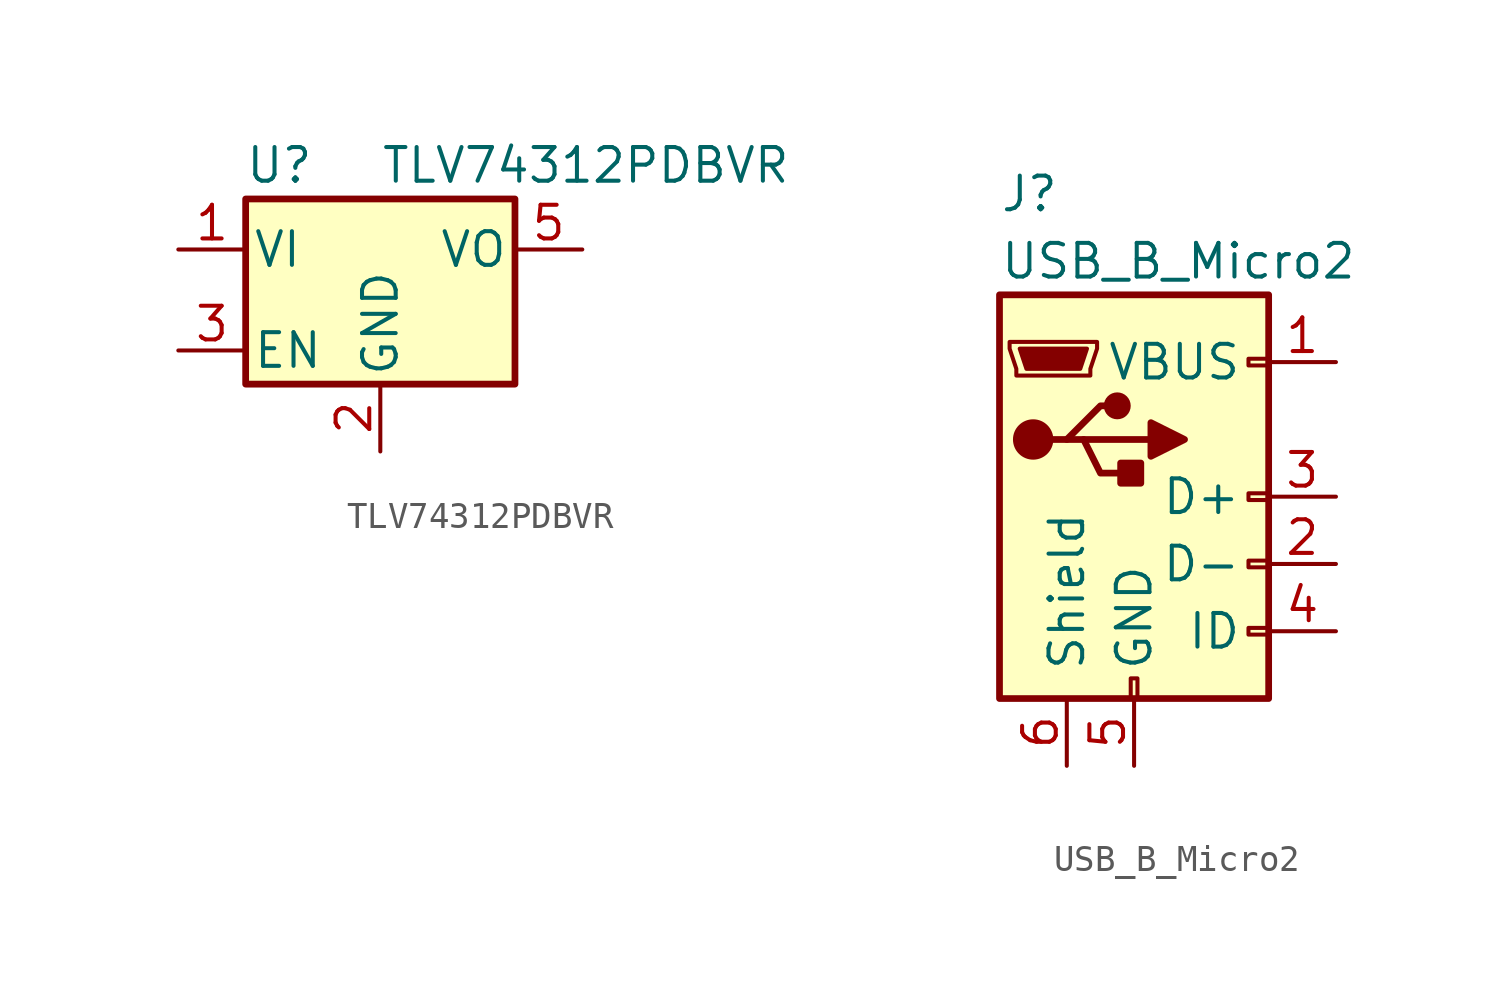
<source format=kicad_sym>
(kicad_symbol_lib
  (version 20220914)
  (generator kicad_symbol_editor)
  (symbol "TLV74312PDBVR"
    (pin_names
      (offset 0.254))
    (property "Reference" "U"
      (at -3.81 3.175 0)
      (effects (font (size 1.27 1.27))))
    (property "Value" "TLV74312PDBVR"
      (at 0 3.175 0)
      (effects (font (size 1.27 1.27)) (justify left)))
    (symbol "TLV74312PDBVR_0_1"
      (rectangle (start -5.08 1.905) (end 5.08 -5.08) (stroke (width 0.254) (type default)) (fill (type background))))
    (symbol "TLV74312PDBVR_1_1"
      (pin power_in line (at -7.62 0 0) (length 2.54) (name "VI" (effects (font (size 1.27 1.27)))) (number "1" (effects (font (size 1.27 1.27)))))
      (pin power_in line (at 0 -7.62 90) (length 2.54) (name "GND" (effects (font (size 1.27 1.27)))) (number "2" (effects (font (size 1.27 1.27)))))
      (pin input line (at -7.62 -3.81 0) (length 2.54) (name "EN" (effects (font (size 1.27 1.27)))) (number "3" (effects (font (size 1.27 1.27)))))
      (pin no_connect line (at 7.62 -3.81 180) (length 2.54) hide (name "NC" (effects (font (size 1.27 1.27)))) (number "4" (effects (font (size 1.27 1.27)))))
      (pin power_out line (at 7.62 0 180) (length 2.54) (name "VO" (effects (font (size 1.27 1.27)))) (number "5" (effects (font (size 1.27 1.27)))))))
  (symbol "USB_B_Micro2"
    (pin_names
      (offset 1.016))
    (property "Reference" "J"
      (at -5.08 11.43 0)
      (effects (font (size 1.27 1.27)) (justify left)))
    (property "Value" "USB_B_Micro2"
      (at -5.08 8.89 0)
      (effects (font (size 1.27 1.27)) (justify left)))
    (symbol "USB_B_Micro2_0_1"
      (rectangle (start -5.08 7.62) (end 5.08 -7.62) (stroke (width 0.254) (type default)) (fill (type background)))
      (circle (center -3.81 2.159) (radius 0.635) (stroke (width 0.254) (type default)) (fill (type outline)))
      (circle (center -0.635 3.429) (radius 0.381) (stroke (width 0.254) (type default)) (fill (type outline)))
      (rectangle (start -0.127 -7.62) (end 0.127 -6.858) (stroke (width 0) (type default)) (fill (type none)))
      (polyline (pts (xy -1.905 2.159) (xy 0.635 2.159)) (stroke (width 0.254) (type default)) (fill (type none)))
      (polyline (pts (xy -3.175 2.159) (xy -2.54 2.159) (xy -1.27 3.429) (xy -0.635 3.429)) (stroke (width 0.254) (type default)) (fill (type none)))
      (polyline (pts (xy -2.54 2.159) (xy -1.905 2.159) (xy -1.27 0.889) (xy 0 0.889)) (stroke (width 0.254) (type default)) (fill (type none)))
      (polyline (pts (xy 0.635 2.794) (xy 0.635 1.524) (xy 1.905 2.159) (xy 0.635 2.794)) (stroke (width 0.254) (type default)) (fill (type outline)))
      (polyline (pts (xy -4.318 5.588) (xy -1.778 5.588) (xy -2.032 4.826) (xy -4.064 4.826) (xy -4.318 5.588)) (stroke (width 0) (type default)) (fill (type outline)))
      (polyline (pts (xy -4.699 5.842) (xy -4.699 5.588) (xy -4.445 4.826) (xy -4.445 4.572) (xy -1.651 4.572) (xy -1.651 4.826) (xy -1.397 5.588) (xy -1.397 5.842) (xy -4.699 5.842)) (stroke (width 0) (type default)) (fill (type none)))
      (rectangle (start 0.254 1.27) (end -0.508 0.508) (stroke (width 0.254) (type default)) (fill (type outline)))
      (rectangle (start 5.08 -5.207) (end 4.318 -4.953) (stroke (width 0) (type default)) (fill (type none)))
      (rectangle (start 5.08 -2.667) (end 4.318 -2.413) (stroke (width 0) (type default)) (fill (type none)))
      (rectangle (start 5.08 -0.127) (end 4.318 0.127) (stroke (width 0) (type default)) (fill (type none)))
      (rectangle (start 5.08 4.953) (end 4.318 5.207) (stroke (width 0) (type default)) (fill (type none))))
    (symbol "USB_B_Micro2_1_1"
      (pin power_out line (at 7.62 5.08 180) (length 2.54) (name "VBUS" (effects (font (size 1.27 1.27)))) (number "1" (effects (font (size 1.27 1.27)))))
      (pin bidirectional line (at 7.62 -2.54 180) (length 2.54) (name "D-" (effects (font (size 1.27 1.27)))) (number "2" (effects (font (size 1.27 1.27)))))
      (pin bidirectional line (at 7.62 0 180) (length 2.54) (name "D+" (effects (font (size 1.27 1.27)))) (number "3" (effects (font (size 1.27 1.27)))))
      (pin passive line (at 7.62 -5.08 180) (length 2.54) (name "ID" (effects (font (size 1.27 1.27)))) (number "4" (effects (font (size 1.27 1.27)))))
      (pin passive line (at 0 -10.16 90) (length 2.54) (name "GND" (effects (font (size 1.27 1.27)))) (number "5" (effects (font (size 1.27 1.27)))))
      (pin passive line (at -2.54 -10.16 90) (length 2.54) (name "Shield" (effects (font (size 1.27 1.27)))) (number "6" (effects (font (size 1.27 1.27))))))))
</source>
